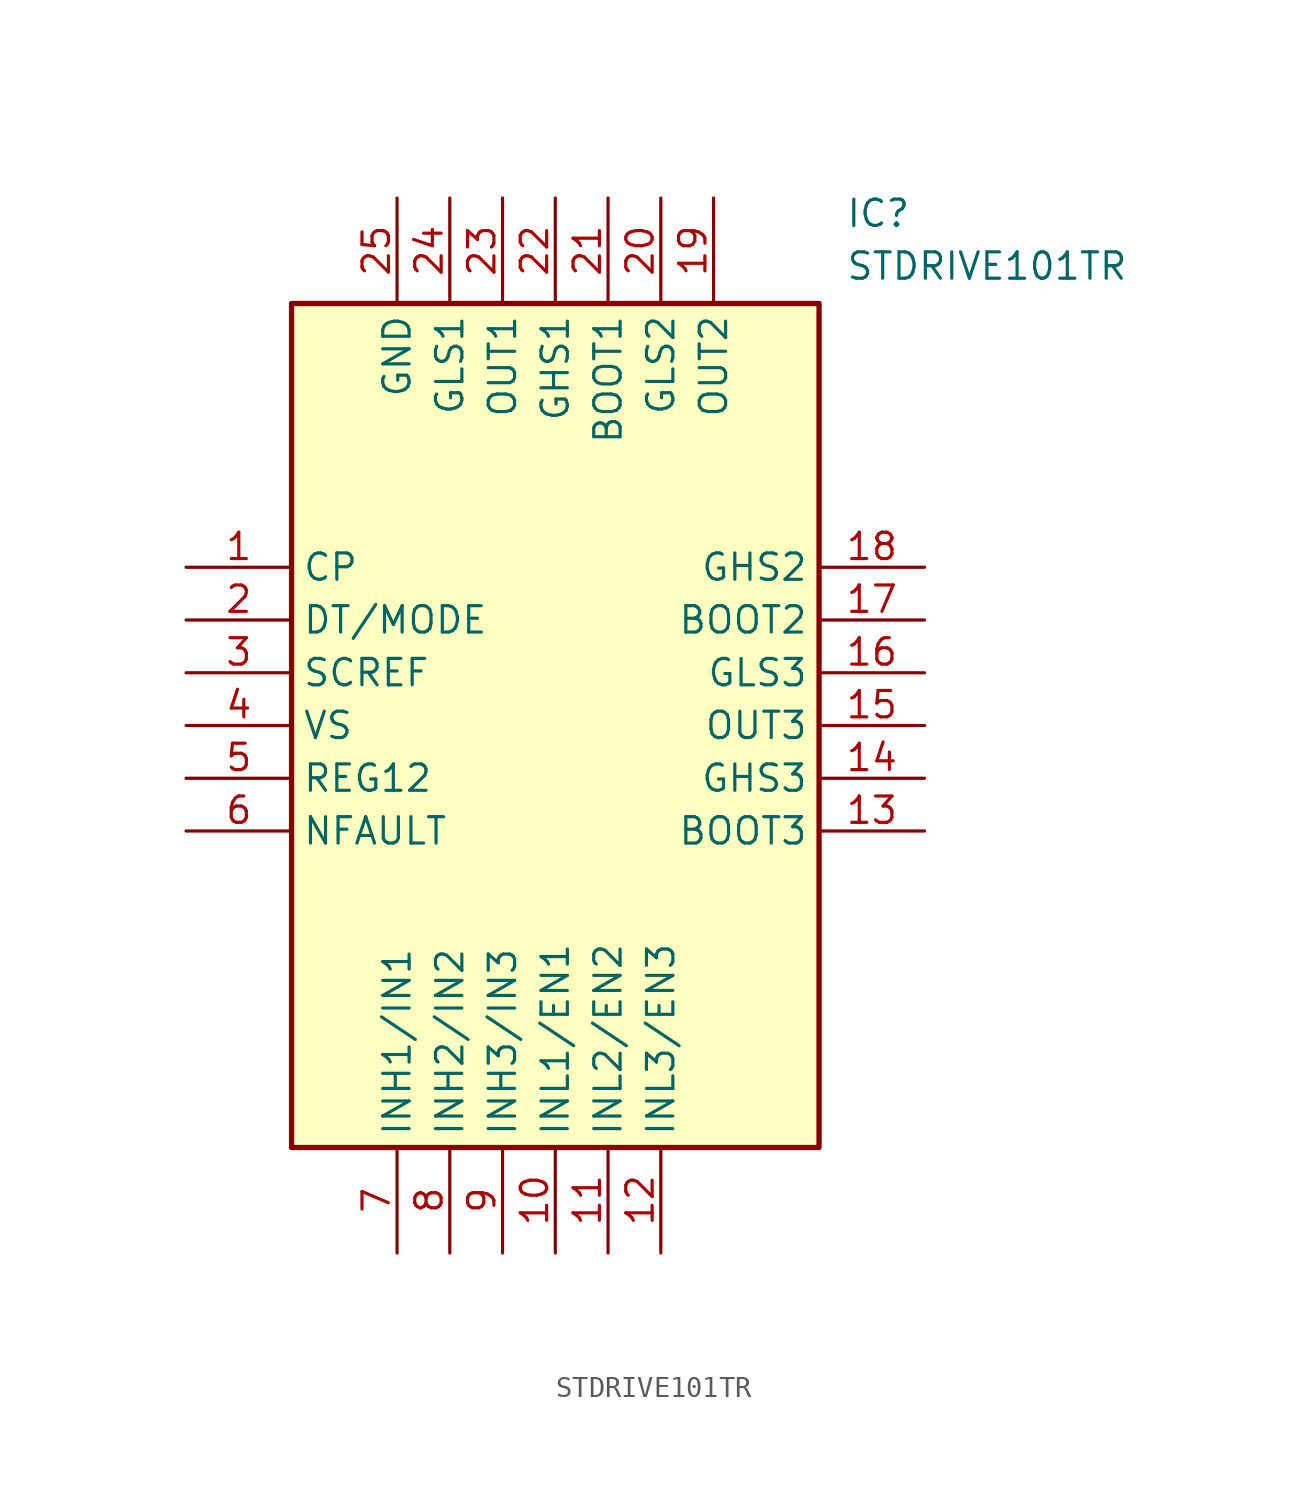
<source format=kicad_sym>
(kicad_symbol_lib
  (version 20211014)
  (generator SamacSys_ECAD_Model)
  (symbol "STDRIVE101TR"
    (property "Reference" "IC"
      (at 31.75 17.78 0)
      (effects (font (size 1.27 1.27)) (justify left top)))
    (property "Value" "STDRIVE101TR"
      (at 31.75 15.24 0)
      (effects (font (size 1.27 1.27)) (justify left top)))
    (rectangle
      (start 5.08 12.7)
      (end 30.48 -27.94)
      (stroke (width 0.254) (type default))
      (fill (type background)))
    (pin passive line
      (at 0 0 0)
      (length 5.08)
      (name "CP" (effects (font (size 1.27 1.27))))
      (number "1" (effects (font (size 1.27 1.27)))))
    (pin passive line
      (at 0 -2.54 0)
      (length 5.08)
      (name "DT/MODE" (effects (font (size 1.27 1.27))))
      (number "2" (effects (font (size 1.27 1.27)))))
    (pin passive line
      (at 0 -5.08 0)
      (length 5.08)
      (name "SCREF" (effects (font (size 1.27 1.27))))
      (number "3" (effects (font (size 1.27 1.27)))))
    (pin passive line
      (at 0 -7.62 0)
      (length 5.08)
      (name "VS" (effects (font (size 1.27 1.27))))
      (number "4" (effects (font (size 1.27 1.27)))))
    (pin passive line
      (at 0 -10.16 0)
      (length 5.08)
      (name "REG12" (effects (font (size 1.27 1.27))))
      (number "5" (effects (font (size 1.27 1.27)))))
    (pin passive line
      (at 0 -12.7 0)
      (length 5.08)
      (name "NFAULT" (effects (font (size 1.27 1.27))))
      (number "6" (effects (font (size 1.27 1.27)))))
    (pin passive line
      (at 10.16 -33.02 90)
      (length 5.08)
      (name "INH1/IN1" (effects (font (size 1.27 1.27))))
      (number "7" (effects (font (size 1.27 1.27)))))
    (pin passive line
      (at 12.7 -33.02 90)
      (length 5.08)
      (name "INH2/IN2" (effects (font (size 1.27 1.27))))
      (number "8" (effects (font (size 1.27 1.27)))))
    (pin passive line
      (at 15.24 -33.02 90)
      (length 5.08)
      (name "INH3/IN3" (effects (font (size 1.27 1.27))))
      (number "9" (effects (font (size 1.27 1.27)))))
    (pin passive line
      (at 17.78 -33.02 90)
      (length 5.08)
      (name "INL1/EN1" (effects (font (size 1.27 1.27))))
      (number "10" (effects (font (size 1.27 1.27)))))
    (pin passive line
      (at 20.32 -33.02 90)
      (length 5.08)
      (name "INL2/EN2" (effects (font (size 1.27 1.27))))
      (number "11" (effects (font (size 1.27 1.27)))))
    (pin passive line
      (at 22.86 -33.02 90)
      (length 5.08)
      (name "INL3/EN3" (effects (font (size 1.27 1.27))))
      (number "12" (effects (font (size 1.27 1.27)))))
    (pin passive line
      (at 35.56 0 180)
      (length 5.08)
      (name "GHS2" (effects (font (size 1.27 1.27))))
      (number "18" (effects (font (size 1.27 1.27)))))
    (pin passive line
      (at 35.56 -2.54 180)
      (length 5.08)
      (name "BOOT2" (effects (font (size 1.27 1.27))))
      (number "17" (effects (font (size 1.27 1.27)))))
    (pin passive line
      (at 35.56 -5.08 180)
      (length 5.08)
      (name "GLS3" (effects (font (size 1.27 1.27))))
      (number "16" (effects (font (size 1.27 1.27)))))
    (pin passive line
      (at 35.56 -7.62 180)
      (length 5.08)
      (name "OUT3" (effects (font (size 1.27 1.27))))
      (number "15" (effects (font (size 1.27 1.27)))))
    (pin passive line
      (at 35.56 -10.16 180)
      (length 5.08)
      (name "GHS3" (effects (font (size 1.27 1.27))))
      (number "14" (effects (font (size 1.27 1.27)))))
    (pin passive line
      (at 35.56 -12.7 180)
      (length 5.08)
      (name "BOOT3" (effects (font (size 1.27 1.27))))
      (number "13" (effects (font (size 1.27 1.27)))))
    (pin passive line
      (at 10.16 17.78 270)
      (length 5.08)
      (name "GND" (effects (font (size 1.27 1.27))))
      (number "25" (effects (font (size 1.27 1.27)))))
    (pin passive line
      (at 12.7 17.78 270)
      (length 5.08)
      (name "GLS1" (effects (font (size 1.27 1.27))))
      (number "24" (effects (font (size 1.27 1.27)))))
    (pin passive line
      (at 15.24 17.78 270)
      (length 5.08)
      (name "OUT1" (effects (font (size 1.27 1.27))))
      (number "23" (effects (font (size 1.27 1.27)))))
    (pin passive line
      (at 17.78 17.78 270)
      (length 5.08)
      (name "GHS1" (effects (font (size 1.27 1.27))))
      (number "22" (effects (font (size 1.27 1.27)))))
    (pin passive line
      (at 20.32 17.78 270)
      (length 5.08)
      (name "BOOT1" (effects (font (size 1.27 1.27))))
      (number "21" (effects (font (size 1.27 1.27)))))
    (pin passive line
      (at 22.86 17.78 270)
      (length 5.08)
      (name "GLS2" (effects (font (size 1.27 1.27))))
      (number "20" (effects (font (size 1.27 1.27)))))
    (pin passive line
      (at 25.4 17.78 270)
      (length 5.08)
      (name "OUT2" (effects (font (size 1.27 1.27))))
      (number "19" (effects (font (size 1.27 1.27)))))))
</source>
